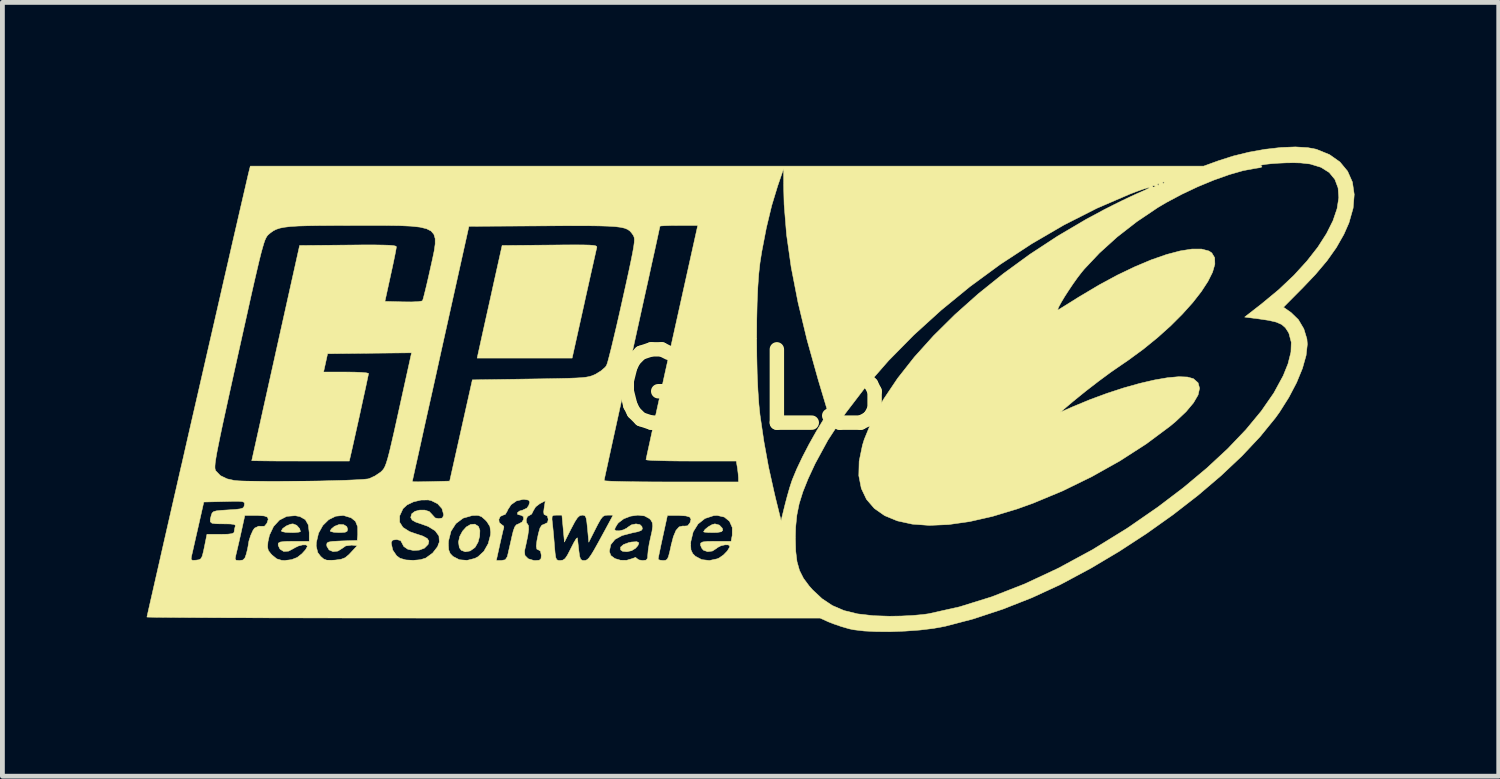
<source format=kicad_pcb>
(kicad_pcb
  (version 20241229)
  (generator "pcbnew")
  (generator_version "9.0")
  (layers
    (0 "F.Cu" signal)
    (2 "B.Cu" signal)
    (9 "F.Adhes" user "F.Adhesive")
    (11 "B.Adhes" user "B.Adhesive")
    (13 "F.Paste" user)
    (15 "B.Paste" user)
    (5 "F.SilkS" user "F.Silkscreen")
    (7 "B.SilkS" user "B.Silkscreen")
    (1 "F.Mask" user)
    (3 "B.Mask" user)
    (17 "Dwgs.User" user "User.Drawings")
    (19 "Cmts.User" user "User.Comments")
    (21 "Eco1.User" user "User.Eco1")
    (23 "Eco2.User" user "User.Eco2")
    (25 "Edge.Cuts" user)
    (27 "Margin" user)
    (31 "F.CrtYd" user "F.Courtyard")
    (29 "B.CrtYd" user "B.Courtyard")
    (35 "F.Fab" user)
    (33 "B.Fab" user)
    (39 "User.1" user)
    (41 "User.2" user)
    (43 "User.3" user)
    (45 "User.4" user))
  (footprint "GPL3"
    (layer "F.Cu")
    (at 12.56 5.049)
    (property "Reference" "GPL3" (at 0 0 0) (layer "F.SilkS") (effects (font (size 1.524 1.524) (thickness 0.3))))
    (attr through_hole)
    (fp_poly (pts (xy -2.324 3.189) (xy -2.345 3.245) (xy -2.395 3.302) (xy -2.475 3.351) (xy -2.574 3.373) (xy -2.662 3.365) (xy -2.705 3.335) (xy -2.706 3.278) (xy -2.645 3.225) (xy -2.535 3.184) (xy -2.477 3.172) (xy -2.367 3.165) (xy -2.324 3.189)) (stroke (width 0.01) (type solid)) (fill yes) (layer "F.SilkS"))
    (fp_poly (pts (xy -9.441 2.824) (xy -9.379 2.894) (xy -9.362 2.955) (xy -9.395 2.966) (xy -9.479 2.974) (xy -9.561 2.975) (xy -9.671 2.97) (xy -9.743 2.955) (xy -9.761 2.941) (xy -9.73 2.89) (xy -9.657 2.838) (xy -9.568 2.801) (xy -9.518 2.794) (xy -9.441 2.824)) (stroke (width 0.01) (type solid)) (fill yes) (layer "F.SilkS"))
    (fp_poly (pts (xy -8.464 2.811) (xy -8.399 2.851) (xy -8.382 2.904) (xy -8.392 2.947) (xy -8.433 2.968) (xy -8.523 2.975) (xy -8.563 2.975) (xy -8.667 2.969) (xy -8.733 2.953) (xy -8.745 2.94) (xy -8.717 2.897) (xy -8.654 2.845) (xy -8.557 2.807) (xy -8.464 2.811)) (stroke (width 0.01) (type solid)) (fill yes) (layer "F.SilkS"))
    (fp_poly (pts (xy -0.651 2.82) (xy -0.59 2.885) (xy -0.581 2.928) (xy -0.609 2.958) (xy -0.697 2.973) (xy -0.78 2.975) (xy -0.889 2.973) (xy -0.962 2.966) (xy -0.98 2.959) (xy -0.951 2.912) (xy -0.883 2.856) (xy -0.803 2.81) (xy -0.744 2.794) (xy -0.651 2.82)) (stroke (width 0.01) (type solid)) (fill yes) (layer "F.SilkS"))
    (fp_poly (pts (xy -5.66 2.849) (xy -5.631 2.932) (xy -5.636 3.05) (xy -5.669 3.174) (xy -5.727 3.276) (xy -5.736 3.287) (xy -5.834 3.357) (xy -5.935 3.375) (xy -6.019 3.343) (xy -6.059 3.287) (xy -6.076 3.171) (xy -6.05 3.054) (xy -5.992 2.946) (xy -5.914 2.859) (xy -5.825 2.807) (xy -5.736 2.8) (xy -5.66 2.849)) (stroke (width 0.01) (type solid)) (fill yes) (layer "F.SilkS"))
    (fp_poly (pts (xy -3.481 -3.006) (xy -3.357 -3.003) (xy -3.275 -2.997) (xy -3.227 -2.988) (xy -3.204 -2.976) (xy -3.199 -2.959) (xy -3.201 -2.949) (xy -3.213 -2.899) (xy -3.238 -2.787) (xy -3.275 -2.622) (xy -3.322 -2.414) (xy -3.376 -2.171) (xy -3.436 -1.903) (xy -3.465 -1.769) (xy -3.713 -0.653) (xy -5.688 -0.653) (xy -5.618 -0.971) (xy -5.59 -1.099) (xy -5.549 -1.284) (xy -5.499 -1.509) (xy -5.443 -1.76) (xy -5.385 -2.021) (xy -5.359 -2.141) (xy -5.169 -2.994) (xy -4.177 -3.003) (xy -3.883 -3.006) (xy -3.653 -3.007) (xy -3.481 -3.006)) (stroke (width 0.01) (type solid)) (fill yes) (layer "F.SilkS"))
    (fp_poly (pts (xy 11.584 -5.029) (xy 11.762 -4.995) (xy 12.036 -4.884) (xy 12.253 -4.731) (xy 12.412 -4.539) (xy 12.512 -4.313) (xy 12.55 -4.055) (xy 12.527 -3.771) (xy 12.44 -3.464) (xy 12.335 -3.226) (xy 12.179 -2.952) (xy 11.985 -2.678) (xy 11.743 -2.391) (xy 11.482 -2.117) (xy 11.079 -1.711) (xy 11.238 -1.599) (xy 11.389 -1.452) (xy 11.502 -1.261) (xy 11.566 -1.051) (xy 11.575 -0.942) (xy 11.549 -0.708) (xy 11.473 -0.438) (xy 11.352 -0.144) (xy 11.191 0.163) (xy 10.996 0.472) (xy 10.908 0.594) (xy 10.591 0.983) (xy 10.213 1.385) (xy 9.78 1.793) (xy 9.3 2.202) (xy 8.782 2.604) (xy 8.232 2.995) (xy 7.66 3.368) (xy 7.073 3.717) (xy 6.478 4.036) (xy 6.428 4.062) (xy 5.849 4.329) (xy 5.242 4.568) (xy 4.631 4.77) (xy 4.046 4.923) (xy 3.802 4.968) (xy 3.521 5.002) (xy 3.22 5.024) (xy 2.915 5.036) (xy 2.622 5.035) (xy 2.359 5.022) (xy 2.142 4.996) (xy 2.05 4.977) (xy 1.89 4.931) (xy 1.729 4.876) (xy 1.619 4.833) (xy 1.442 4.753) (xy -5.556 4.753) (xy -6.263 4.753) (xy -6.951 4.753) (xy -7.615 4.752) (xy -8.253 4.752) (xy -8.86 4.751) (xy -9.434 4.75) (xy -9.971 4.749) (xy -10.467 4.747) (xy -10.919 4.746) (xy -11.323 4.744) (xy -11.677 4.742) (xy -11.975 4.74) (xy -12.216 4.738) (xy -12.395 4.736) (xy -12.509 4.734) (xy -12.554 4.732) (xy -12.555 4.732) (xy -12.547 4.695) (xy -12.524 4.592) (xy -12.487 4.429) (xy -12.437 4.21) (xy -12.376 3.941) (xy -12.304 3.626) (xy -12.283 3.533) (xy -11.636 3.533) (xy -11.605 3.553) (xy -11.532 3.549) (xy -11.47 3.54) (xy -11.433 3.518) (xy -10.72 3.518) (xy -10.702 3.55) (xy -10.635 3.556) (xy -10.63 3.556) (xy -5.29 3.556) (xy -5.186 3.556) (xy -5.104 3.541) (xy -5.063 3.48) (xy -5.056 3.456) (xy -5.036 3.372) (xy -5.034 3.36) (xy -4.704 3.36) (xy -4.694 3.451) (xy -4.626 3.52) (xy -4.514 3.554) (xy -4.479 3.556) (xy -4.395 3.55) (xy -4.36 3.517) (xy -4.354 3.447) (xy -4.371 3.361) (xy -4.409 3.338) (xy -4.446 3.32) (xy -4.458 3.258) (xy -4.445 3.144) (xy -4.414 2.994) (xy -4.381 2.88) (xy -4.343 2.822) (xy -4.291 2.801) (xy -4.225 2.768) (xy -4.209 2.701) (xy -4.21 2.699) (xy -4.132 2.699) (xy -4.123 2.785) (xy -4.11 2.907) (xy -4.095 3.069) (xy -4.081 3.237) (xy -4.08 3.257) (xy -4.067 3.403) (xy -4.054 3.492) (xy -4.035 3.537) (xy -4.003 3.554) (xy -3.958 3.556) (xy -3.905 3.548) (xy -3.859 3.516) (xy -3.811 3.445) (xy -3.748 3.323) (xy -3.735 3.297) (xy -3.677 3.184) (xy -3.632 3.109) (xy -3.606 3.084) (xy -3.604 3.089) (xy -3.596 3.151) (xy -3.584 3.258) (xy -3.574 3.347) (xy -3.558 3.465) (xy -3.537 3.528) (xy -3.504 3.553) (xy -3.466 3.556) (xy -3.432 3.553) (xy -3.399 3.538) (xy -3.363 3.502) (xy -3.317 3.438) (xy -3.276 3.371) (xy -2.939 3.371) (xy -2.907 3.454) (xy -2.823 3.516) (xy -2.708 3.55) (xy -2.58 3.552) (xy -2.46 3.516) (xy -2.458 3.515) (xy -2.394 3.491) (xy -2.366 3.515) (xy -2.324 3.544) (xy -2.247 3.556) (xy -2.174 3.548) (xy -2.16 3.529) (xy -1.924 3.529) (xy -1.892 3.548) (xy -1.822 3.556) (xy -1.772 3.552) (xy -1.737 3.531) (xy -1.711 3.479) (xy -1.685 3.381) (xy -1.658 3.259) (xy -1.649 3.22) (xy -1.249 3.22) (xy -1.242 3.335) (xy -1.206 3.412) (xy -1.15 3.468) (xy -1.018 3.538) (xy -0.858 3.556) (xy -0.696 3.521) (xy -0.654 3.502) (xy -0.564 3.439) (xy -0.485 3.357) (xy -0.44 3.281) (xy -0.435 3.258) (xy -0.464 3.231) (xy -0.533 3.23) (xy -0.617 3.249) (xy -0.69 3.286) (xy -0.708 3.302) (xy -0.795 3.359) (xy -0.895 3.372) (xy -0.982 3.342) (xy -1.015 3.304) (xy -1.044 3.238) (xy -1.041 3.195) (xy -0.996 3.17) (xy -0.898 3.159) (xy -0.737 3.157) (xy -0.73 3.157) (xy -0.407 3.157) (xy -0.394 3.084) (xy 0.929 3.084) (xy 0.936 3.359) (xy 0.963 3.579) (xy 1.015 3.763) (xy 1.097 3.926) (xy 1.216 4.086) (xy 1.288 4.167) (xy 1.485 4.351) (xy 1.699 4.493) (xy 1.941 4.597) (xy 2.223 4.666) (xy 2.553 4.704) (xy 2.885 4.715) (xy 3.129 4.711) (xy 3.369 4.699) (xy 3.579 4.68) (xy 3.696 4.664) (xy 4.341 4.52) (xy 5.01 4.312) (xy 5.698 4.043) (xy 6.399 3.715) (xy 7.108 3.331) (xy 7.818 2.893) (xy 7.892 2.843) (xy 8.47 2.443) (xy 9.003 2.038) (xy 9.487 1.633) (xy 9.92 1.231) (xy 10.298 0.835) (xy 10.618 0.448) (xy 10.878 0.073) (xy 11.073 -0.286) (xy 11.173 -0.534) (xy 11.234 -0.777) (xy 11.241 -0.982) (xy 11.194 -1.161) (xy 11.179 -1.192) (xy 11.119 -1.284) (xy 11.041 -1.352) (xy 10.929 -1.401) (xy 10.77 -1.438) (xy 10.588 -1.465) (xy 10.272 -1.506) (xy 10.621 -1.778) (xy 10.98 -2.075) (xy 11.296 -2.374) (xy 11.567 -2.671) (xy 11.794 -2.961) (xy 11.974 -3.242) (xy 12.108 -3.509) (xy 12.193 -3.759) (xy 12.229 -3.988) (xy 12.214 -4.192) (xy 12.148 -4.368) (xy 12.03 -4.512) (xy 11.859 -4.62) (xy 11.633 -4.689) (xy 11.437 -4.711) (xy 11.294 -4.715) (xy 11.137 -4.713) (xy 10.979 -4.706) (xy 10.833 -4.696) (xy 10.713 -4.683) (xy 10.631 -4.669) (xy 10.601 -4.654) (xy 10.612 -4.646) (xy 10.632 -4.628) (xy 10.586 -4.612) (xy 10.485 -4.597) (xy 10.24 -4.551) (xy 9.95 -4.468) (xy 9.632 -4.355) (xy 9.298 -4.217) (xy 8.966 -4.06) (xy 8.648 -3.891) (xy 8.465 -3.783) (xy 8.03 -3.49) (xy 7.621 -3.172) (xy 7.252 -2.838) (xy 6.936 -2.503) (xy 6.882 -2.438) (xy 6.797 -2.328) (xy 6.705 -2.199) (xy 6.613 -2.062) (xy 6.527 -1.929) (xy 6.456 -1.81) (xy 6.406 -1.718) (xy 6.384 -1.663) (xy 6.394 -1.655) (xy 6.441 -1.684) (xy 6.536 -1.743) (xy 6.668 -1.825) (xy 6.821 -1.921) (xy 6.858 -1.943) (xy 7.246 -2.174) (xy 7.624 -2.378) (xy 7.988 -2.552) (xy 8.33 -2.696) (xy 8.645 -2.806) (xy 8.929 -2.881) (xy 9.174 -2.92) (xy 9.376 -2.92) (xy 9.528 -2.88) (xy 9.588 -2.84) (xy 9.648 -2.74) (xy 9.652 -2.605) (xy 9.604 -2.439) (xy 9.508 -2.247) (xy 9.369 -2.034) (xy 9.191 -1.806) (xy 8.977 -1.568) (xy 8.732 -1.323) (xy 8.46 -1.079) (xy 8.165 -0.839) (xy 7.851 -0.609) (xy 7.715 -0.516) (xy 7.49 -0.361) (xy 7.234 -0.172) (xy 6.966 0.035) (xy 6.707 0.245) (xy 6.55 0.378) (xy 6.441 0.472) (xy 6.693 0.361) (xy 7.052 0.212) (xy 7.41 0.08) (xy 7.759 -0.034) (xy 8.091 -0.127) (xy 8.397 -0.198) (xy 8.67 -0.245) (xy 8.902 -0.266) (xy 9.084 -0.259) (xy 9.207 -0.224) (xy 9.303 -0.139) (xy 9.334 -0.025) (xy 9.303 0.114) (xy 9.208 0.277) (xy 9.053 0.462) (xy 8.838 0.665) (xy 8.718 0.765) (xy 8.225 1.132) (xy 7.677 1.485) (xy 7.09 1.814) (xy 6.482 2.111) (xy 5.869 2.366) (xy 5.537 2.485) (xy 5.027 2.639) (xy 4.551 2.747) (xy 4.113 2.809) (xy 3.715 2.826) (xy 3.36 2.8) (xy 3.049 2.732) (xy 2.785 2.623) (xy 2.571 2.473) (xy 2.408 2.284) (xy 2.3 2.057) (xy 2.248 1.793) (xy 2.255 1.493) (xy 2.324 1.159) (xy 2.361 1.039) (xy 2.529 0.629) (xy 2.762 0.204) (xy 3.055 -0.232) (xy 3.403 -0.674) (xy 3.802 -1.117) (xy 4.246 -1.556) (xy 4.731 -1.988) (xy 5.252 -2.407) (xy 5.803 -2.809) (xy 6.381 -3.188) (xy 6.98 -3.541) (xy 7.345 -3.737) (xy 7.538 -3.835) (xy 7.732 -3.931) (xy 7.907 -4.014) (xy 8.042 -4.076) (xy 8.063 -4.085) (xy 8.202 -4.146) (xy 8.276 -4.184) (xy 8.29 -4.199) (xy 8.25 -4.193) (xy 8.158 -4.165) (xy 8.02 -4.116) (xy 7.885 -4.064) (xy 7.198 -3.768) (xy 6.516 -3.422) (xy 5.845 -3.031) (xy 5.19 -2.602) (xy 4.559 -2.139) (xy 3.958 -1.647) (xy 3.391 -1.132) (xy 2.867 -0.6) (xy 2.391 -0.055) (xy 1.969 0.497) (xy 1.607 1.051) (xy 1.34 1.542) (xy 1.194 1.856) (xy 1.085 2.128) (xy 1.008 2.375) (xy 0.96 2.613) (xy 0.935 2.861) (xy 0.929 3.084) (xy -0.394 3.084) (xy -0.384 3.034) (xy -0.383 2.87) (xy -0.441 2.74) (xy -0.548 2.653) (xy -0.696 2.619) (xy -0.769 2.623) (xy -0.95 2.682) (xy -1.095 2.797) (xy -1.196 2.96) (xy -1.245 3.161) (xy -1.249 3.22) (xy -1.649 3.22) (xy -1.608 3.061) (xy -1.553 2.93) (xy -1.488 2.857) (xy -1.41 2.838) (xy -1.386 2.841) (xy -1.311 2.835) (xy -1.261 2.77) (xy -1.26 2.769) (xy -1.241 2.698) (xy -1.267 2.653) (xy -1.346 2.629) (xy -1.487 2.62) (xy -1.525 2.62) (xy -1.732 2.62) (xy -1.828 3.061) (xy -1.865 3.231) (xy -1.895 3.376) (xy -1.916 3.479) (xy -1.924 3.528) (xy -1.924 3.529) (xy -2.16 3.529) (xy -2.145 3.508) (xy -2.14 3.438) (xy -2.131 3.337) (xy -2.109 3.202) (xy -2.087 3.102) (xy -2.052 2.946) (xy -2.038 2.841) (xy -2.045 2.771) (xy -2.075 2.717) (xy -2.105 2.685) (xy -2.208 2.629) (xy -2.346 2.613) (xy -2.497 2.634) (xy -2.639 2.688) (xy -2.75 2.772) (xy -2.771 2.798) (xy -2.814 2.869) (xy -2.83 2.911) (xy -2.801 2.938) (xy -2.732 2.939) (xy -2.648 2.919) (xy -2.576 2.883) (xy -2.558 2.867) (xy -2.48 2.815) (xy -2.386 2.795) (xy -2.303 2.81) (xy -2.262 2.85) (xy -2.252 2.899) (xy -2.277 2.932) (xy -2.35 2.958) (xy -2.457 2.98) (xy -2.672 3.036) (xy -2.821 3.117) (xy -2.909 3.225) (xy -2.939 3.363) (xy -2.939 3.371) (xy -3.276 3.371) (xy -3.256 3.337) (xy -3.174 3.19) (xy -3.065 2.99) (xy -3.032 2.93) (xy -2.861 2.613) (xy -2.972 2.613) (xy -3.029 2.618) (xy -3.074 2.642) (xy -3.119 2.698) (xy -3.176 2.799) (xy -3.225 2.894) (xy -3.367 3.175) (xy -3.393 2.894) (xy -3.408 2.752) (xy -3.423 2.669) (xy -3.445 2.627) (xy -3.48 2.614) (xy -3.505 2.613) (xy -3.554 2.624) (xy -3.601 2.665) (xy -3.656 2.749) (xy -3.729 2.887) (xy -3.732 2.892) (xy -3.873 3.172) (xy -3.899 2.892) (xy -3.925 2.613) (xy -4.034 2.613) (xy -4.099 2.616) (xy -4.129 2.638) (xy -4.132 2.699) (xy -4.21 2.699) (xy -4.229 2.63) (xy -4.264 2.613) (xy -4.297 2.598) (xy -4.305 2.544) (xy -4.295 2.464) (xy -4.271 2.315) (xy -4.385 2.374) (xy -4.471 2.44) (xy -4.52 2.52) (xy -4.521 2.523) (xy -4.554 2.59) (xy -4.592 2.613) (xy -4.642 2.642) (xy -4.668 2.708) (xy -4.661 2.774) (xy -4.641 2.796) (xy -4.62 2.834) (xy -4.617 2.913) (xy -4.635 3.043) (xy -4.674 3.229) (xy -4.704 3.36) (xy -5.034 3.36) (xy -5.007 3.243) (xy -4.974 3.097) (xy -4.972 3.085) (xy -4.938 2.945) (xy -4.908 2.86) (xy -4.874 2.815) (xy -4.827 2.794) (xy -4.824 2.794) (xy -4.755 2.756) (xy -4.721 2.697) (xy -4.727 2.642) (xy -4.778 2.613) (xy -4.79 2.613) (xy -4.847 2.597) (xy -4.85 2.562) (xy -4.806 2.527) (xy -4.747 2.511) (xy -4.655 2.468) (xy -4.616 2.415) (xy -4.593 2.339) (xy -4.619 2.3) (xy -4.705 2.286) (xy -4.736 2.286) (xy -4.869 2.316) (xy -4.982 2.395) (xy -5.053 2.503) (xy -5.058 2.521) (xy -5.102 2.596) (xy -5.149 2.613) (xy -5.208 2.64) (xy -5.237 2.702) (xy -5.229 2.767) (xy -5.183 2.806) (xy -5.136 2.841) (xy -5.133 2.872) (xy -5.149 2.928) (xy -5.174 3.036) (xy -5.206 3.175) (xy -5.22 3.239) (xy -5.29 3.556) (xy -10.63 3.556) (xy -10.558 3.546) (xy -10.516 3.501) (xy -10.488 3.42) (xy -10.464 3.323) (xy -10.455 3.276) (xy -10.047 3.276) (xy -10.03 3.349) (xy -9.975 3.419) (xy -9.95 3.445) (xy -9.855 3.522) (xy -9.754 3.552) (xy -9.682 3.556) (xy -9.546 3.538) (xy -9.431 3.493) (xy -9.425 3.489) (xy -9.331 3.415) (xy -9.256 3.332) (xy -9.219 3.265) (xy -9.218 3.257) (xy -9.22 3.255) (xy -9.035 3.255) (xy -9.003 3.39) (xy -8.942 3.471) (xy -8.879 3.525) (xy -8.814 3.55) (xy -8.719 3.553) (xy -8.646 3.548) (xy -8.519 3.531) (xy -8.432 3.498) (xy -8.352 3.431) (xy -8.313 3.389) (xy -8.182 3.248) (xy -8.298 3.236) (xy -8.422 3.253) (xy -8.489 3.3) (xy -8.584 3.36) (xy -8.684 3.371) (xy -8.767 3.336) (xy -8.813 3.26) (xy -8.817 3.224) (xy -8.811 3.202) (xy -7.474 3.202) (xy -7.443 3.34) (xy -7.363 3.457) (xy -7.293 3.509) (xy -7.172 3.544) (xy -7.018 3.554) (xy -6.865 3.539) (xy -6.756 3.505) (xy -6.613 3.401) (xy -6.511 3.269) (xy -6.492 3.217) (xy -6.287 3.217) (xy -6.28 3.333) (xy -6.249 3.411) (xy -6.191 3.471) (xy -6.058 3.54) (xy -5.899 3.554) (xy -5.735 3.512) (xy -5.67 3.478) (xy -5.548 3.365) (xy -5.458 3.206) (xy -5.411 3.026) (xy -5.407 2.964) (xy -5.423 2.848) (xy -5.484 2.75) (xy -5.517 2.714) (xy -5.596 2.645) (xy -5.668 2.618) (xy -5.769 2.62) (xy -5.793 2.622) (xy -5.981 2.676) (xy -6.13 2.788) (xy -6.232 2.947) (xy -6.283 3.148) (xy -6.287 3.217) (xy -6.492 3.217) (xy -6.474 3.17) (xy -6.483 3.045) (xy -6.561 2.938) (xy -6.706 2.848) (xy -6.84 2.8) (xy -6.968 2.756) (xy -7.039 2.715) (xy -7.067 2.666) (xy -7.069 2.658) (xy -7.049 2.585) (xy -6.981 2.534) (xy -6.883 2.508) (xy -6.778 2.508) (xy -6.684 2.538) (xy -6.624 2.601) (xy -6.623 2.603) (xy -6.561 2.671) (xy -6.487 2.685) (xy -6.413 2.673) (xy -6.388 2.624) (xy -6.386 2.596) (xy -6.42 2.476) (xy -6.51 2.376) (xy -6.641 2.311) (xy -6.704 2.297) (xy -6.856 2.299) (xy -7.012 2.336) (xy -7.146 2.4) (xy -7.23 2.478) (xy -7.3 2.629) (xy -7.3 2.76) (xy -7.231 2.868) (xy -7.094 2.955) (xy -6.974 2.997) (xy -6.818 3.048) (xy -6.726 3.098) (xy -6.692 3.152) (xy -6.706 3.217) (xy -6.71 3.224) (xy -6.784 3.299) (xy -6.893 3.34) (xy -7.015 3.347) (xy -7.13 3.322) (xy -7.214 3.264) (xy -7.243 3.208) (xy -7.279 3.142) (xy -7.356 3.121) (xy -7.37 3.121) (xy -7.446 3.132) (xy -7.473 3.176) (xy -7.474 3.202) (xy -8.811 3.202) (xy -8.809 3.192) (xy -8.773 3.172) (xy -8.697 3.159) (xy -8.567 3.152) (xy -8.5 3.149) (xy -8.182 3.139) (xy -8.171 3.016) (xy -8.173 2.854) (xy -8.218 2.741) (xy -8.308 2.668) (xy -8.47 2.619) (xy -8.629 2.635) (xy -8.775 2.707) (xy -8.897 2.827) (xy -8.986 2.987) (xy -9.031 3.178) (xy -9.035 3.255) (xy -9.22 3.255) (xy -9.245 3.231) (xy -9.315 3.231) (xy -9.402 3.253) (xy -9.483 3.292) (xy -9.497 3.302) (xy -9.608 3.361) (xy -9.71 3.368) (xy -9.785 3.321) (xy -9.796 3.304) (xy -9.826 3.238) (xy -9.823 3.195) (xy -9.778 3.171) (xy -9.68 3.16) (xy -9.521 3.157) (xy -9.507 3.157) (xy -9.18 3.157) (xy -9.18 2.979) (xy -9.199 2.815) (xy -9.261 2.706) (xy -9.372 2.643) (xy -9.472 2.624) (xy -9.647 2.638) (xy -9.8 2.716) (xy -9.922 2.849) (xy -10.007 3.029) (xy -10.038 3.167) (xy -10.047 3.276) (xy -10.455 3.276) (xy -10.451 3.255) (xy -10.45 3.248) (xy -10.434 3.151) (xy -10.397 3.035) (xy -10.35 2.931) (xy -10.317 2.883) (xy -10.23 2.842) (xy -10.178 2.845) (xy -10.11 2.843) (xy -10.062 2.785) (xy -10.055 2.769) (xy -10.032 2.698) (xy -10.05 2.653) (xy -10.117 2.629) (xy -10.244 2.62) (xy -10.308 2.62) (xy -10.519 2.62) (xy -10.596 2.97) (xy -10.633 3.135) (xy -10.668 3.286) (xy -10.695 3.401) (xy -10.704 3.438) (xy -10.72 3.518) (xy -11.433 3.518) (xy -11.431 3.517) (xy -11.404 3.464) (xy -11.379 3.365) (xy -11.36 3.275) (xy -11.307 3.012) (xy -11.024 3.012) (xy -10.875 3.009) (xy -10.787 2.998) (xy -10.746 2.978) (xy -10.741 2.96) (xy -10.728 2.88) (xy -10.719 2.851) (xy -10.717 2.822) (xy -10.748 2.805) (xy -10.824 2.796) (xy -10.96 2.794) (xy -10.973 2.794) (xy -11.117 2.792) (xy -11.201 2.781) (xy -11.237 2.751) (xy -11.237 2.694) (xy -11.216 2.613) (xy -11.2 2.569) (xy -11.17 2.541) (xy -11.112 2.524) (xy -11.01 2.513) (xy -10.866 2.504) (xy -10.711 2.494) (xy -10.614 2.482) (xy -10.561 2.465) (xy -10.537 2.437) (xy -10.529 2.403) (xy -10.526 2.368) (xy -10.537 2.345) (xy -10.574 2.331) (xy -10.649 2.326) (xy -10.773 2.326) (xy -10.945 2.33) (xy -11.372 2.34) (xy -11.491 2.867) (xy -11.535 3.059) (xy -11.574 3.232) (xy -11.605 3.37) (xy -11.626 3.459) (xy -11.63 3.477) (xy -11.636 3.533) (xy -12.283 3.533) (xy -12.224 3.272) (xy -12.135 2.882) (xy -12.039 2.461) (xy -11.937 2.016) (xy -11.914 1.915) (xy -7.038 1.915) (xy -7.005 1.919) (xy -6.914 1.92) (xy -6.78 1.918) (xy -6.649 1.915) (xy -6.259 1.905) (xy -6.257 1.895) (xy -3.048 1.895) (xy -3.013 1.901) (xy -2.913 1.907) (xy -2.757 1.912) (xy -2.551 1.917) (xy -2.304 1.92) (xy -2.024 1.922) (xy -1.718 1.923) (xy -1.651 1.923) (xy -0.254 1.923) (xy -0.254 1.841) (xy -0.261 1.75) (xy -0.275 1.636) (xy -0.277 1.624) (xy -0.3 1.488) (xy -1.238 1.488) (xy -1.491 1.487) (xy -1.718 1.484) (xy -1.909 1.479) (xy -2.056 1.474) (xy -2.148 1.467) (xy -2.177 1.46) (xy -2.169 1.421) (xy -2.147 1.317) (xy -2.111 1.154) (xy -2.064 0.937) (xy -2.006 0.673) (xy -1.939 0.367) (xy -1.863 0.025) (xy -1.781 -0.347) (xy -1.693 -0.743) (xy -1.639 -0.989) (xy -1.622 -1.066) (xy 0.124 -1.066) (xy 0.127 -0.691) (xy 0.135 -0.328) (xy 0.15 0.009) (xy 0.17 0.305) (xy 0.193 0.526) (xy 0.275 1.084) (xy 0.371 1.612) (xy 0.491 2.151) (xy 0.517 2.262) (xy 0.632 2.727) (xy 0.713 2.397) (xy 0.759 2.222) (xy 0.809 2.046) (xy 0.856 1.902) (xy 0.868 1.869) (xy 0.957 1.655) (xy 1.076 1.404) (xy 1.215 1.136) (xy 1.363 0.873) (xy 1.424 0.772) (xy 1.606 0.473) (xy 1.402 -0.208) (xy 1.171 -1.034) (xy 0.984 -1.812) (xy 0.842 -2.542) (xy 0.746 -3.22) (xy 0.695 -3.846) (xy 0.687 -4.154) (xy 0.686 -4.233) (xy 8.358 -4.233) (xy 8.363 -4.212) (xy 8.382 -4.209) (xy 8.412 -4.222) (xy 8.406 -4.233) (xy 8.363 -4.238) (xy 8.358 -4.233) (xy 0.686 -4.233) (xy 0.686 -4.264) (xy 8.455 -4.264) (xy 8.473 -4.245) (xy 8.491 -4.264) (xy 8.473 -4.282) (xy 8.455 -4.264) (xy 0.686 -4.264) (xy 0.686 -4.3) (xy 8.563 -4.3) (xy 8.582 -4.282) (xy 8.6 -4.3) (xy 8.582 -4.318) (xy 8.563 -4.3) (xy 0.686 -4.3) (xy 0.684 -4.59) (xy 0.56 -4.23) (xy 0.437 -3.825) (xy 0.326 -3.364) (xy 0.23 -2.866) (xy 0.193 -2.631) (xy 0.168 -2.406) (xy 0.148 -2.123) (xy 0.134 -1.796) (xy 0.126 -1.439) (xy 0.124 -1.066) (xy -1.622 -1.066) (xy -1.101 -3.411) (xy -1.494 -3.411) (xy -1.653 -3.41) (xy -1.781 -3.406) (xy -1.864 -3.401) (xy -1.887 -3.395) (xy -1.895 -3.358) (xy -1.917 -3.256) (xy -1.952 -3.094) (xy -1.999 -2.878) (xy -2.058 -2.613) (xy -2.125 -2.305) (xy -2.202 -1.959) (xy -2.285 -1.582) (xy -2.374 -1.178) (xy -2.467 -0.756) (xy -2.561 -0.331) (xy -2.651 0.073) (xy -2.734 0.451) (xy -2.81 0.798) (xy -2.878 1.107) (xy -2.936 1.373) (xy -2.983 1.59) (xy -3.019 1.753) (xy -3.041 1.857) (xy -3.048 1.895) (xy -6.257 1.895) (xy -5.788 -0.2) (xy -4.59 -0.218) (xy -4.263 -0.223) (xy -4 -0.228) (xy -3.793 -0.233) (xy -3.634 -0.239) (xy -3.513 -0.246) (xy -3.423 -0.256) (xy -3.355 -0.269) (xy -3.301 -0.285) (xy -3.253 -0.305) (xy -3.219 -0.321) (xy -3.11 -0.389) (xy -3.023 -0.465) (xy -2.997 -0.503) (xy -2.977 -0.56) (xy -2.945 -0.679) (xy -2.901 -0.851) (xy -2.849 -1.069) (xy -2.789 -1.321) (xy -2.725 -1.601) (xy -2.667 -1.86) (xy -2.593 -2.192) (xy -2.534 -2.462) (xy -2.489 -2.675) (xy -2.456 -2.839) (xy -2.434 -2.962) (xy -2.422 -3.051) (xy -2.418 -3.114) (xy -2.422 -3.157) (xy -2.433 -3.189) (xy -2.448 -3.215) (xy -2.48 -3.26) (xy -2.515 -3.298) (xy -2.56 -3.329) (xy -2.621 -3.354) (xy -2.705 -3.373) (xy -2.818 -3.387) (xy -2.966 -3.396) (xy -3.158 -3.402) (xy -3.398 -3.405) (xy -3.693 -3.405) (xy -4.05 -3.404) (xy -4.308 -3.402) (xy -5.859 -3.393) (xy -6.448 -0.744) (xy -6.542 -0.317) (xy -6.632 0.088) (xy -6.717 0.467) (xy -6.794 0.814) (xy -6.862 1.124) (xy -6.921 1.39) (xy -6.97 1.608) (xy -7.006 1.772) (xy -7.029 1.876) (xy -7.038 1.915) (xy -7.038 1.915) (xy -11.914 1.915) (xy -11.84 1.591) (xy -11.14 1.591) (xy -11.14 1.636) (xy -11.134 1.666) (xy -11.125 1.688) (xy -11.123 1.691) (xy -11.027 1.791) (xy -10.888 1.858) (xy -10.741 1.891) (xy -10.646 1.9) (xy -10.493 1.906) (xy -10.293 1.91) (xy -10.056 1.912) (xy -9.791 1.912) (xy -9.511 1.91) (xy -9.224 1.907) (xy -8.942 1.902) (xy -8.675 1.895) (xy -8.433 1.888) (xy -8.227 1.879) (xy -8.067 1.87) (xy -7.964 1.86) (xy -7.936 1.854) (xy -7.813 1.798) (xy -7.697 1.72) (xy -7.687 1.711) (xy -7.656 1.681) (xy -7.629 1.646) (xy -7.603 1.597) (xy -7.577 1.528) (xy -7.547 1.43) (xy -7.512 1.297) (xy -7.47 1.119) (xy -7.417 0.89) (xy -7.353 0.601) (xy -7.314 0.424) (xy -7.052 -0.763) (xy -7.925 -0.754) (xy -8.798 -0.744) (xy -8.84 -0.553) (xy -8.882 -0.363) (xy -8.414 -0.363) (xy -8.24 -0.361) (xy -8.095 -0.355) (xy -7.993 -0.346) (xy -7.948 -0.335) (xy -7.947 -0.333) (xy -7.954 -0.292) (xy -7.975 -0.193) (xy -8.006 -0.046) (xy -8.046 0.136) (xy -8.091 0.342) (xy -8.138 0.56) (xy -8.187 0.779) (xy -8.233 0.986) (xy -8.274 1.17) (xy -8.308 1.32) (xy -8.328 1.406) (xy -8.347 1.488) (xy -9.362 1.488) (xy -9.625 1.487) (xy -9.863 1.487) (xy -10.065 1.485) (xy -10.225 1.483) (xy -10.331 1.481) (xy -10.375 1.479) (xy -10.376 1.479) (xy -10.367 1.443) (xy -10.345 1.342) (xy -10.309 1.182) (xy -10.262 0.97) (xy -10.204 0.71) (xy -10.138 0.41) (xy -10.063 0.075) (xy -9.982 -0.289) (xy -9.896 -0.675) (xy -9.877 -0.762) (xy -9.38 -2.994) (xy -8.373 -3.003) (xy -8.064 -3.006) (xy -7.822 -3.006) (xy -7.639 -3.003) (xy -7.508 -2.999) (xy -7.424 -2.991) (xy -7.379 -2.98) (xy -7.367 -2.967) (xy -7.375 -2.917) (xy -7.395 -2.81) (xy -7.426 -2.659) (xy -7.465 -2.477) (xy -7.487 -2.377) (xy -7.606 -1.832) (xy -7.226 -1.822) (xy -7.046 -1.821) (xy -6.913 -1.827) (xy -6.836 -1.84) (xy -6.823 -1.849) (xy -6.808 -1.895) (xy -6.781 -2) (xy -6.744 -2.151) (xy -6.701 -2.336) (xy -6.663 -2.506) (xy -6.617 -2.712) (xy -6.581 -2.884) (xy -6.561 -3.025) (xy -6.561 -3.138) (xy -6.588 -3.227) (xy -6.646 -3.295) (xy -6.741 -3.343) (xy -6.877 -3.376) (xy -7.061 -3.396) (xy -7.298 -3.407) (xy -7.593 -3.411) (xy -7.951 -3.411) (xy -8.259 -3.411) (xy -8.637 -3.41) (xy -8.949 -3.409) (xy -9.204 -3.405) (xy -9.408 -3.399) (xy -9.569 -3.389) (xy -9.694 -3.374) (xy -9.791 -3.355) (xy -9.866 -3.33) (xy -9.927 -3.299) (xy -9.982 -3.26) (xy -10.014 -3.233) (xy -10.037 -3.213) (xy -10.057 -3.189) (xy -10.077 -3.156) (xy -10.099 -3.109) (xy -10.122 -3.043) (xy -10.149 -2.952) (xy -10.182 -2.832) (xy -10.221 -2.676) (xy -10.267 -2.48) (xy -10.323 -2.239) (xy -10.389 -1.948) (xy -10.466 -1.6) (xy -10.557 -1.192) (xy -10.652 -0.766) (xy -10.756 -0.297) (xy -10.845 0.107) (xy -10.92 0.45) (xy -10.983 0.738) (xy -11.033 0.976) (xy -11.072 1.169) (xy -11.102 1.321) (xy -11.122 1.439) (xy -11.135 1.528) (xy -11.14 1.591) (xy -11.84 1.591) (xy -11.83 1.551) (xy -11.721 1.071) (xy -11.609 0.581) (xy -11.495 0.086) (xy -11.382 -0.408) (xy -11.27 -0.897) (xy -11.16 -1.375) (xy -11.054 -1.838) (xy -10.953 -2.281) (xy -10.857 -2.697) (xy -10.769 -3.083) (xy -10.688 -3.433) (xy -10.617 -3.742) (xy -10.556 -4.005) (xy -10.507 -4.217) (xy -10.471 -4.373) (xy -10.449 -4.468) (xy -10.444 -4.49) (xy -10.405 -4.645) (xy 9.42 -4.645) (xy 9.72 -4.754) (xy 10.035 -4.855) (xy 10.368 -4.936) (xy 10.703 -4.996) (xy 11.027 -5.032) (xy 11.326 -5.044) (xy 11.584 -5.029)) (stroke (width 0.01) (type solid)) (fill yes) (layer "F.SilkS")))
  (gr_rect
    (start -3 -3)
    (end 28.115 13.09)
    (stroke (width 0.1) (type default))
    (fill no)
    (layer "Edge.Cuts")))
</source>
